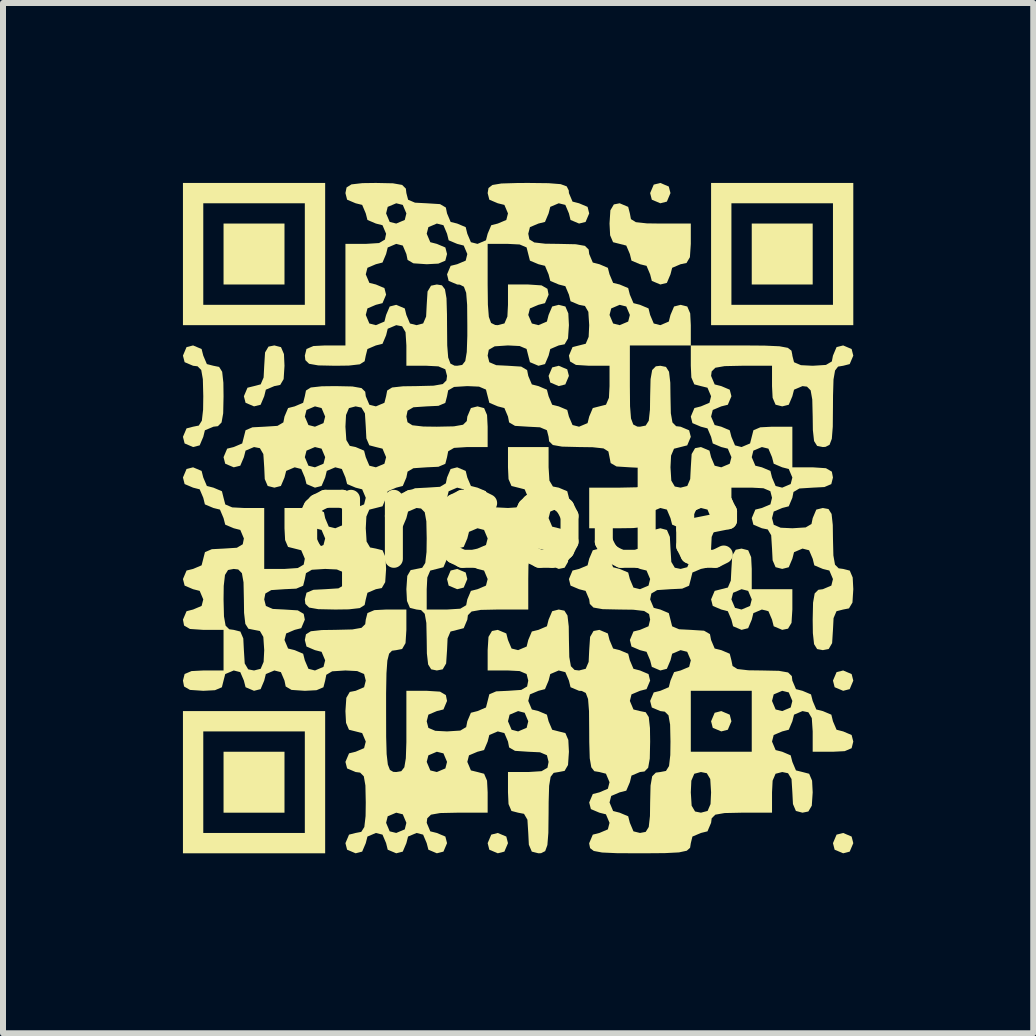
<source format=kicad_pcb>
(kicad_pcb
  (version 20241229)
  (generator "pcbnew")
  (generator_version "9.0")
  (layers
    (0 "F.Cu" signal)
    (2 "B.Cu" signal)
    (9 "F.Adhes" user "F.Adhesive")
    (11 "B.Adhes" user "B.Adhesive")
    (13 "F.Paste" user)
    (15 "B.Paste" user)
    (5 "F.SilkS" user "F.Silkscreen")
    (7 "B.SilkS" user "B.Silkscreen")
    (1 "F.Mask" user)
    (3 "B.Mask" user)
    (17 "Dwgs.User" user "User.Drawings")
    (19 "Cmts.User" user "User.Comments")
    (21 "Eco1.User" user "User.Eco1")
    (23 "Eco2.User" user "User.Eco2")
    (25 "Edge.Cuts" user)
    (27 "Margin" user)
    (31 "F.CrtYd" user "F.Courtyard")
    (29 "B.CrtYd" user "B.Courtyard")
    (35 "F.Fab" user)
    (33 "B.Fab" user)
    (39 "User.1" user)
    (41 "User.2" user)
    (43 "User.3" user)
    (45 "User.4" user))
  (footprint "qrcode"
    (layer "F.Cu")
    (at 5.588 5.588)
    (property "Reference" "qrcode" (at 0 0 0) (layer "F.SilkS") (effects (font (size 1.5 1.5) (thickness 0.3))))
    (attr board_only exclude_from_pos_files exclude_from_bom)
    (fp_poly (pts (xy -3.895 -4.403) (xy -3.895 -3.895) (xy -4.403 -3.895) (xy -4.911 -3.895) (xy -4.911 -4.403) (xy -4.911 -4.911) (xy -4.403 -4.911) (xy -3.895 -4.911)) (stroke (width 0) (type solid)) (fill yes) (layer "F.SilkS"))
    (fp_poly (pts (xy -3.895 4.403) (xy -3.895 4.911) (xy -4.403 4.911) (xy -4.911 4.911) (xy -4.911 4.403) (xy -4.911 3.895) (xy -4.403 3.895) (xy -3.895 3.895)) (stroke (width 0) (type solid)) (fill yes) (layer "F.SilkS"))
    (fp_poly (pts (xy -0.874 0.907) (xy -0.847 1.016) (xy -0.907 1.158) (xy -1.016 1.185) (xy -1.158 1.125) (xy -1.185 1.016) (xy -1.125 0.874) (xy -1.016 0.847)) (stroke (width 0) (type solid)) (fill yes) (layer "F.SilkS"))
    (fp_poly (pts (xy -0.197 5.309) (xy -0.169 5.419) (xy -0.229 5.56) (xy -0.339 5.588) (xy -0.48 5.528) (xy -0.508 5.419) (xy -0.448 5.277) (xy -0.339 5.249)) (stroke (width 0) (type solid)) (fill yes) (layer "F.SilkS"))
    (fp_poly (pts (xy 0.819 -2.48) (xy 0.847 -2.371) (xy 0.787 -2.229) (xy 0.677 -2.201) (xy 0.536 -2.261) (xy 0.508 -2.371) (xy 0.568 -2.512) (xy 0.677 -2.54)) (stroke (width 0) (type solid)) (fill yes) (layer "F.SilkS"))
    (fp_poly (pts (xy 2.512 -5.528) (xy 2.54 -5.419) (xy 2.48 -5.277) (xy 2.371 -5.249) (xy 2.229 -5.309) (xy 2.201 -5.419) (xy 2.261 -5.56) (xy 2.371 -5.588)) (stroke (width 0) (type solid)) (fill yes) (layer "F.SilkS"))
    (fp_poly (pts (xy 3.528 3.277) (xy 3.556 3.387) (xy 3.496 3.528) (xy 3.387 3.556) (xy 3.245 3.496) (xy 3.217 3.387) (xy 3.277 3.245) (xy 3.387 3.217)) (stroke (width 0) (type solid)) (fill yes) (layer "F.SilkS"))
    (fp_poly (pts (xy 4.911 -4.403) (xy 4.911 -3.895) (xy 4.403 -3.895) (xy 3.895 -3.895) (xy 3.895 -4.403) (xy 3.895 -4.911) (xy 4.403 -4.911) (xy 4.911 -4.911)) (stroke (width 0) (type solid)) (fill yes) (layer "F.SilkS"))
    (fp_poly (pts (xy 5.56 2.6) (xy 5.588 2.709) (xy 5.528 2.851) (xy 5.419 2.879) (xy 5.277 2.819) (xy 5.249 2.709) (xy 5.309 2.568) (xy 5.419 2.54)) (stroke (width 0) (type solid)) (fill yes) (layer "F.SilkS"))
    (fp_poly (pts (xy 5.56 5.309) (xy 5.588 5.419) (xy 5.528 5.56) (xy 5.419 5.588) (xy 5.277 5.528) (xy 5.249 5.419) (xy 5.309 5.277) (xy 5.419 5.249)) (stroke (width 0) (type solid)) (fill yes) (layer "F.SilkS"))
    (fp_poly (pts (xy -3.217 -4.403) (xy -3.217 -3.217) (xy -4.403 -3.217) (xy -5.588 -3.217) (xy -5.588 -4.403) (xy -5.249 -4.403) (xy -5.249 -3.556) (xy -4.403 -3.556) (xy -3.556 -3.556) (xy -3.556 -4.403) (xy -3.556 -5.249) (xy -4.403 -5.249) (xy -5.249 -5.249) (xy -5.249 -4.403) (xy -5.588 -4.403) (xy -5.588 -5.588) (xy -4.403 -5.588) (xy -3.217 -5.588)) (stroke (width 0) (type solid)) (fill yes) (layer "F.SilkS"))
    (fp_poly (pts (xy -3.217 4.403) (xy -3.217 5.588) (xy -4.403 5.588) (xy -5.588 5.588) (xy -5.588 4.403) (xy -5.249 4.403) (xy -5.249 5.249) (xy -4.403 5.249) (xy -3.556 5.249) (xy -3.556 4.403) (xy -3.556 3.556) (xy -4.403 3.556) (xy -5.249 3.556) (xy -5.249 4.403) (xy -5.588 4.403) (xy -5.588 3.217) (xy -4.403 3.217) (xy -3.217 3.217)) (stroke (width 0) (type solid)) (fill yes) (layer "F.SilkS"))
    (fp_poly (pts (xy 5.588 -4.403) (xy 5.588 -3.217) (xy 4.403 -3.217) (xy 3.217 -3.217) (xy 3.217 -4.403) (xy 3.556 -4.403) (xy 3.556 -3.556) (xy 4.403 -3.556) (xy 5.249 -3.556) (xy 5.249 -4.403) (xy 5.249 -5.249) (xy 4.403 -5.249) (xy 3.556 -5.249) (xy 3.556 -4.403) (xy 3.217 -4.403) (xy 3.217 -5.588) (xy 4.403 -5.588) (xy 5.588 -5.588)) (stroke (width 0) (type solid)) (fill yes) (layer "F.SilkS"))
    (fp_poly (pts (xy -3.953 -2.85) (xy -3.904 -2.735) (xy -3.895 -2.54) (xy -3.909 -2.318) (xy -3.966 -2.221) (xy -4.064 -2.201) (xy -4.206 -2.141) (xy -4.233 -2.032) (xy -4.293 -1.89) (xy -4.403 -1.863) (xy -4.544 -1.923) (xy -4.572 -2.032) (xy -4.512 -2.174) (xy -4.403 -2.201) (xy -4.292 -2.23) (xy -4.243 -2.345) (xy -4.233 -2.54) (xy -4.219 -2.762) (xy -4.162 -2.859) (xy -4.064 -2.879)) (stroke (width 0) (type solid)) (fill yes) (layer "F.SilkS"))
    (fp_poly (pts (xy 1.835 -5.189) (xy 1.863 -5.08) (xy 1.881 -4.985) (xy 1.963 -4.934) (xy 2.146 -4.914) (xy 2.371 -4.911) (xy 2.879 -4.911) (xy 2.879 -4.572) (xy 2.864 -4.35) (xy 2.807 -4.253) (xy 2.709 -4.233) (xy 2.568 -4.173) (xy 2.54 -4.064) (xy 2.48 -3.922) (xy 2.371 -3.895) (xy 2.229 -3.955) (xy 2.201 -4.064) (xy 2.141 -4.206) (xy 2.032 -4.233) (xy 1.89 -4.293) (xy 1.863 -4.403) (xy 1.803 -4.544) (xy 1.693 -4.572) (xy 1.583 -4.6) (xy 1.534 -4.715) (xy 1.524 -4.911) (xy 1.538 -5.132) (xy 1.596 -5.23) (xy 1.693 -5.249)) (stroke (width 0) (type solid)) (fill yes) (layer "F.SilkS"))
    (fp_poly (pts (xy -5.277 -2.819) (xy -5.249 -2.709) (xy -5.189 -2.568) (xy -5.08 -2.54) (xy -4.985 -2.521) (xy -4.934 -2.44) (xy -4.914 -2.257) (xy -4.911 -2.032) (xy -4.917 -1.748) (xy -4.944 -1.595) (xy -5.005 -1.533) (xy -5.08 -1.524) (xy -5.222 -1.464) (xy -5.249 -1.355) (xy -5.309 -1.213) (xy -5.419 -1.185) (xy -5.56 -1.245) (xy -5.588 -1.355) (xy -5.528 -1.496) (xy -5.419 -1.524) (xy -5.324 -1.543) (xy -5.273 -1.624) (xy -5.252 -1.807) (xy -5.249 -2.032) (xy -5.256 -2.316) (xy -5.283 -2.469) (xy -5.344 -2.531) (xy -5.419 -2.54) (xy -5.56 -2.6) (xy -5.588 -2.709) (xy -5.528 -2.851) (xy -5.419 -2.879)) (stroke (width 0) (type solid)) (fill yes) (layer "F.SilkS"))
    (fp_poly (pts (xy 3.836 0.536) (xy 3.885 0.651) (xy 3.895 0.847) (xy 3.895 1.185) (xy 4.233 1.185) (xy 4.572 1.185) (xy 4.572 1.524) (xy 4.558 1.746) (xy 4.5 1.843) (xy 4.403 1.863) (xy 4.261 1.803) (xy 4.233 1.693) (xy 4.173 1.552) (xy 4.064 1.524) (xy 3.922 1.584) (xy 3.895 1.693) (xy 3.835 1.835) (xy 3.725 1.863) (xy 3.584 1.803) (xy 3.556 1.693) (xy 3.496 1.552) (xy 3.387 1.524) (xy 3.245 1.464) (xy 3.217 1.355) (xy 3.556 1.355) (xy 3.616 1.496) (xy 3.725 1.524) (xy 3.867 1.464) (xy 3.895 1.355) (xy 3.835 1.213) (xy 3.725 1.185) (xy 3.584 1.245) (xy 3.556 1.355) (xy 3.217 1.355) (xy 3.277 1.213) (xy 3.387 1.185) (xy 3.497 1.157) (xy 3.546 1.042) (xy 3.556 0.847) (xy 3.57 0.625) (xy 3.628 0.527) (xy 3.725 0.508)) (stroke (width 0) (type solid)) (fill yes) (layer "F.SilkS"))
    (fp_poly (pts (xy 0.508 -0.847) (xy 0.522 -0.625) (xy 0.58 -0.527) (xy 0.677 -0.508) (xy 0.819 -0.448) (xy 0.847 -0.339) (xy 0.787 -0.197) (xy 0.677 -0.169) (xy 0.536 -0.109) (xy 0.508 0) (xy 0.568 0.142) (xy 0.677 0.169) (xy 0.788 0.198) (xy 0.837 0.313) (xy 0.847 0.508) (xy 0.832 0.73) (xy 0.775 0.827) (xy 0.677 0.847) (xy 0.536 0.787) (xy 0.508 0.677) (xy 0.448 0.536) (xy 0.339 0.508) (xy 0.244 0.527) (xy 0.193 0.608) (xy 0.172 0.791) (xy 0.169 1.016) (xy 0.169 1.524) (xy -0.339 1.524) (xy -0.622 1.53) (xy -0.776 1.557) (xy -0.837 1.618) (xy -0.847 1.693) (xy -0.907 1.835) (xy -1.016 1.863) (xy -1.127 1.891) (xy -1.176 2.006) (xy -1.185 2.201) (xy -1.2 2.423) (xy -1.257 2.521) (xy -1.355 2.54) (xy -1.449 2.521) (xy -1.5 2.44) (xy -1.521 2.257) (xy -1.524 2.032) (xy -1.53 1.748) (xy -1.557 1.595) (xy -1.618 1.533) (xy -1.693 1.524) (xy -1.804 1.496) (xy -1.853 1.381) (xy -1.863 1.185) (xy -1.524 1.185) (xy -1.524 1.524) (xy -1.185 1.524) (xy -0.964 1.51) (xy -0.866 1.452) (xy -0.847 1.355) (xy -0.787 1.213) (xy -0.677 1.185) (xy -0.536 1.125) (xy -0.508 1.016) (xy -0.568 0.874) (xy -0.677 0.847) (xy -0.819 0.787) (xy -0.847 0.677) (xy -0.787 0.536) (xy -0.677 0.508) (xy -0.536 0.448) (xy -0.508 0.339) (xy -0.568 0.197) (xy -0.677 0.169) (xy -0.819 0.229) (xy -0.847 0.339) (xy -0.907 0.48) (xy -1.016 0.508) (xy -1.158 0.568) (xy -1.185 0.677) (xy -1.245 0.819) (xy -1.355 0.847) (xy -1.465 0.875) (xy -1.514 0.99) (xy -1.524 1.185) (xy -1.863 1.185) (xy -1.848 0.964) (xy -1.791 0.866) (xy -1.693 0.847) (xy -1.599 0.828) (xy -1.548 0.747) (xy -1.527 0.564) (xy -1.524 0.339) (xy -1.53 0.055) (xy -1.557 -0.098) (xy -1.618 -0.16) (xy -1.693 -0.169) (xy -1.835 -0.109) (xy -1.863 0) (xy -1.923 0.142) (xy -2.032 0.169) (xy -2.174 0.109) (xy -2.201 0) (xy -2.141 -0.142) (xy -2.032 -0.169) (xy -1.89 -0.229) (xy -1.863 -0.339) (xy -1.185 -0.339) (xy -1.125 -0.197) (xy -1.016 -0.169) (xy -0.874 -0.229) (xy -0.847 -0.339) (xy -0.907 -0.48) (xy -1.016 -0.508) (xy -1.158 -0.448) (xy -1.185 -0.339) (xy -1.863 -0.339) (xy -1.834 -0.449) (xy -1.719 -0.498) (xy -1.524 -0.508) (xy -1.302 -0.522) (xy -1.205 -0.58) (xy -1.185 -0.677) (xy -1.125 -0.819) (xy -1.016 -0.847) (xy -0.874 -0.787) (xy -0.847 -0.677) (xy -0.787 -0.536) (xy -0.677 -0.508) (xy -0.536 -0.448) (xy -0.508 -0.339) (xy -0.48 -0.228) (xy -0.365 -0.179) (xy -0.169 -0.169) (xy 0.052 -0.184) (xy 0.15 -0.241) (xy 0.169 -0.339) (xy 0.109 -0.48) (xy 0 -0.508) (xy -0.111 -0.536) (xy -0.16 -0.651) (xy -0.169 -0.847) (xy -0.169 -1.185) (xy 0.169 -1.185) (xy 0.508 -1.185)) (stroke (width 0) (type solid)) (fill yes) (layer "F.SilkS"))
    (fp_poly (pts (xy 0.507 -5.584) (xy 0.709 -5.568) (xy 0.81 -5.531) (xy 0.844 -5.463) (xy 0.847 -5.419) (xy 0.907 -5.277) (xy 1.016 -5.249) (xy 1.158 -5.189) (xy 1.185 -5.08) (xy 1.125 -4.938) (xy 1.016 -4.911) (xy 0.874 -4.971) (xy 0.847 -5.08) (xy 0.787 -5.222) (xy 0.677 -5.249) (xy 0.536 -5.189) (xy 0.508 -5.08) (xy 0.448 -4.938) (xy 0.339 -4.911) (xy 0.197 -4.851) (xy 0.169 -4.741) (xy 0.188 -4.647) (xy 0.269 -4.596) (xy 0.452 -4.575) (xy 0.677 -4.572) (xy 0.961 -4.566) (xy 1.114 -4.539) (xy 1.176 -4.478) (xy 1.185 -4.403) (xy 1.245 -4.261) (xy 1.355 -4.233) (xy 1.496 -4.173) (xy 1.524 -4.064) (xy 1.584 -3.922) (xy 1.693 -3.895) (xy 1.835 -3.835) (xy 1.863 -3.725) (xy 1.923 -3.584) (xy 2.032 -3.556) (xy 2.174 -3.496) (xy 2.201 -3.387) (xy 2.261 -3.245) (xy 2.371 -3.217) (xy 2.512 -3.277) (xy 2.54 -3.387) (xy 2.6 -3.528) (xy 2.709 -3.556) (xy 2.82 -3.528) (xy 2.869 -3.413) (xy 2.879 -3.217) (xy 2.879 -2.879) (xy 2.371 -2.879) (xy 1.863 -2.879) (xy 1.863 -2.201) (xy 1.866 -1.864) (xy 1.882 -1.662) (xy 1.92 -1.56) (xy 1.987 -1.526) (xy 2.032 -1.524) (xy 2.127 -1.543) (xy 2.178 -1.624) (xy 2.198 -1.807) (xy 2.201 -2.032) (xy 2.208 -2.316) (xy 2.235 -2.469) (xy 2.296 -2.531) (xy 2.371 -2.54) (xy 2.465 -2.521) (xy 2.516 -2.44) (xy 2.537 -2.257) (xy 2.54 -2.032) (xy 2.546 -1.748) (xy 2.573 -1.595) (xy 2.634 -1.533) (xy 2.709 -1.524) (xy 2.851 -1.464) (xy 2.879 -1.355) (xy 2.819 -1.213) (xy 2.709 -1.185) (xy 2.599 -1.157) (xy 2.55 -1.042) (xy 2.54 -0.847) (xy 2.554 -0.625) (xy 2.612 -0.527) (xy 2.709 -0.508) (xy 2.82 -0.536) (xy 2.869 -0.651) (xy 2.879 -0.847) (xy 2.893 -1.068) (xy 2.95 -1.166) (xy 3.048 -1.185) (xy 3.19 -1.125) (xy 3.217 -1.016) (xy 3.277 -0.874) (xy 3.387 -0.847) (xy 3.528 -0.907) (xy 3.556 -1.016) (xy 3.895 -1.016) (xy 3.955 -0.874) (xy 4.064 -0.847) (xy 4.206 -0.787) (xy 4.233 -0.677) (xy 4.293 -0.536) (xy 4.403 -0.508) (xy 4.544 -0.568) (xy 4.572 -0.677) (xy 4.512 -0.819) (xy 4.403 -0.847) (xy 4.261 -0.907) (xy 4.233 -1.016) (xy 4.173 -1.158) (xy 4.064 -1.185) (xy 3.922 -1.125) (xy 3.895 -1.016) (xy 3.556 -1.016) (xy 3.496 -1.158) (xy 3.387 -1.185) (xy 3.245 -1.245) (xy 3.217 -1.355) (xy 3.157 -1.496) (xy 3.048 -1.524) (xy 2.906 -1.584) (xy 2.879 -1.693) (xy 2.939 -1.835) (xy 3.048 -1.863) (xy 3.19 -1.923) (xy 3.217 -2.032) (xy 3.157 -2.174) (xy 3.048 -2.201) (xy 2.937 -2.23) (xy 2.888 -2.345) (xy 2.879 -2.54) (xy 2.879 -2.879) (xy 3.725 -2.879) (xy 4.111 -2.876) (xy 4.357 -2.865) (xy 4.496 -2.839) (xy 4.557 -2.792) (xy 4.572 -2.718) (xy 4.572 -2.709) (xy 4.6 -2.599) (xy 4.715 -2.55) (xy 4.911 -2.54) (xy 5.132 -2.554) (xy 5.23 -2.612) (xy 5.249 -2.709) (xy 5.309 -2.851) (xy 5.419 -2.879) (xy 5.56 -2.819) (xy 5.588 -2.709) (xy 5.528 -2.568) (xy 5.419 -2.54) (xy 5.334 -2.526) (xy 5.284 -2.461) (xy 5.258 -2.311) (xy 5.25 -2.041) (xy 5.249 -1.863) (xy 5.246 -1.525) (xy 5.23 -1.323) (xy 5.192 -1.222) (xy 5.125 -1.188) (xy 5.08 -1.185) (xy 4.985 -1.204) (xy 4.934 -1.285) (xy 4.914 -1.468) (xy 4.911 -1.693) (xy 4.904 -1.977) (xy 4.877 -2.13) (xy 4.816 -2.192) (xy 4.741 -2.201) (xy 4.6 -2.141) (xy 4.572 -2.032) (xy 4.512 -1.89) (xy 4.403 -1.863) (xy 4.292 -1.891) (xy 4.243 -2.006) (xy 4.233 -2.201) (xy 4.233 -2.54) (xy 3.725 -2.54) (xy 3.442 -2.534) (xy 3.288 -2.507) (xy 3.227 -2.446) (xy 3.217 -2.371) (xy 3.277 -2.229) (xy 3.387 -2.201) (xy 3.528 -2.141) (xy 3.556 -2.032) (xy 3.496 -1.89) (xy 3.387 -1.863) (xy 3.245 -1.803) (xy 3.217 -1.693) (xy 3.277 -1.552) (xy 3.387 -1.524) (xy 3.528 -1.464) (xy 3.556 -1.355) (xy 3.616 -1.213) (xy 3.725 -1.185) (xy 3.867 -1.245) (xy 3.895 -1.355) (xy 3.923 -1.465) (xy 4.038 -1.514) (xy 4.233 -1.524) (xy 4.572 -1.524) (xy 4.572 -1.185) (xy 4.572 -0.847) (xy 4.911 -0.847) (xy 5.132 -0.832) (xy 5.23 -0.775) (xy 5.249 -0.677) (xy 5.221 -0.567) (xy 5.106 -0.518) (xy 4.911 -0.508) (xy 4.689 -0.494) (xy 4.591 -0.436) (xy 4.572 -0.339) (xy 4.512 -0.197) (xy 4.403 -0.169) (xy 4.261 -0.109) (xy 4.233 0) (xy 4.262 0.111) (xy 4.377 0.16) (xy 4.572 0.169) (xy 4.794 0.155) (xy 4.891 0.098) (xy 4.911 0) (xy 4.971 -0.142) (xy 5.08 -0.169) (xy 5.175 -0.151) (xy 5.226 -0.069) (xy 5.246 0.114) (xy 5.249 0.339) (xy 5.256 0.622) (xy 5.283 0.776) (xy 5.344 0.837) (xy 5.419 0.847) (xy 5.529 0.875) (xy 5.578 0.99) (xy 5.588 1.185) (xy 5.574 1.407) (xy 5.516 1.505) (xy 5.419 1.524) (xy 5.308 1.552) (xy 5.259 1.667) (xy 5.249 1.863) (xy 5.235 2.084) (xy 5.178 2.182) (xy 5.08 2.201) (xy 4.985 2.183) (xy 4.934 2.101) (xy 4.914 1.918) (xy 4.911 1.693) (xy 4.917 1.41) (xy 4.944 1.256) (xy 5.005 1.195) (xy 5.08 1.185) (xy 5.222 1.125) (xy 5.249 1.016) (xy 5.189 0.874) (xy 5.08 0.847) (xy 4.938 0.787) (xy 4.911 0.677) (xy 4.851 0.536) (xy 4.741 0.508) (xy 4.6 0.568) (xy 4.572 0.677) (xy 4.512 0.819) (xy 4.403 0.847) (xy 4.292 0.818) (xy 4.243 0.703) (xy 4.233 0.508) (xy 4.219 0.286) (xy 4.162 0.189) (xy 4.064 0.169) (xy 3.922 0.109) (xy 3.895 0) (xy 3.955 -0.142) (xy 4.064 -0.169) (xy 4.206 -0.229) (xy 4.233 -0.339) (xy 4.205 -0.449) (xy 4.09 -0.498) (xy 3.895 -0.508) (xy 3.556 -0.508) (xy 3.556 -0.169) (xy 3.542 0.052) (xy 3.484 0.15) (xy 3.387 0.169) (xy 3.276 0.198) (xy 3.227 0.313) (xy 3.217 0.508) (xy 3.203 0.73) (xy 3.146 0.827) (xy 3.048 0.847) (xy 2.906 0.907) (xy 2.879 1.016) (xy 2.85 1.127) (xy 2.735 1.176) (xy 2.54 1.185) (xy 2.318 1.2) (xy 2.221 1.257) (xy 2.201 1.355) (xy 2.261 1.496) (xy 2.371 1.524) (xy 2.512 1.584) (xy 2.54 1.693) (xy 2.568 1.804) (xy 2.683 1.853) (xy 2.879 1.863) (xy 3.1 1.877) (xy 3.198 1.934) (xy 3.217 2.032) (xy 3.277 2.174) (xy 3.387 2.201) (xy 3.528 2.261) (xy 3.556 2.371) (xy 3.575 2.465) (xy 3.656 2.516) (xy 3.839 2.537) (xy 4.064 2.54) (xy 4.348 2.546) (xy 4.501 2.573) (xy 4.563 2.634) (xy 4.572 2.709) (xy 4.632 2.851) (xy 4.741 2.879) (xy 4.883 2.939) (xy 4.911 3.048) (xy 4.971 3.19) (xy 5.08 3.217) (xy 5.222 3.277) (xy 5.249 3.387) (xy 5.309 3.528) (xy 5.419 3.556) (xy 5.56 3.616) (xy 5.588 3.725) (xy 5.56 3.836) (xy 5.445 3.885) (xy 5.249 3.895) (xy 4.911 3.895) (xy 4.911 3.556) (xy 4.896 3.334) (xy 4.839 3.237) (xy 4.741 3.217) (xy 4.6 3.277) (xy 4.572 3.387) (xy 4.512 3.528) (xy 4.403 3.556) (xy 4.261 3.616) (xy 4.233 3.725) (xy 4.293 3.867) (xy 4.403 3.895) (xy 4.544 3.955) (xy 4.572 4.064) (xy 4.632 4.206) (xy 4.741 4.233) (xy 4.852 4.262) (xy 4.901 4.377) (xy 4.911 4.572) (xy 4.896 4.794) (xy 4.839 4.891) (xy 4.741 4.911) (xy 4.631 4.882) (xy 4.582 4.767) (xy 4.572 4.572) (xy 4.558 4.35) (xy 4.5 4.253) (xy 4.403 4.233) (xy 4.292 4.262) (xy 4.243 4.377) (xy 4.233 4.572) (xy 4.233 4.911) (xy 3.725 4.911) (xy 3.442 4.917) (xy 3.288 4.944) (xy 3.227 5.005) (xy 3.217 5.08) (xy 3.157 5.222) (xy 3.048 5.249) (xy 2.906 5.309) (xy 2.879 5.419) (xy 2.867 5.496) (xy 2.812 5.545) (xy 2.682 5.573) (xy 2.448 5.585) (xy 2.077 5.588) (xy 2.032 5.588) (xy 1.647 5.586) (xy 1.4 5.575) (xy 1.261 5.549) (xy 1.2 5.502) (xy 1.185 5.428) (xy 1.185 5.419) (xy 1.245 5.277) (xy 1.355 5.249) (xy 1.496 5.189) (xy 1.524 5.08) (xy 1.464 4.938) (xy 1.355 4.911) (xy 1.213 4.851) (xy 1.185 4.741) (xy 1.245 4.6) (xy 1.355 4.572) (xy 1.496 4.512) (xy 1.524 4.403) (xy 1.464 4.261) (xy 1.355 4.233) (xy 1.27 4.219) (xy 1.22 4.154) (xy 1.194 4.004) (xy 1.186 3.735) (xy 1.185 3.556) (xy 1.182 3.219) (xy 1.166 3.016) (xy 1.128 2.915) (xy 1.061 2.881) (xy 1.016 2.879) (xy 0.874 2.819) (xy 0.847 2.709) (xy 0.787 2.568) (xy 0.677 2.54) (xy 0.536 2.6) (xy 0.508 2.709) (xy 0.448 2.851) (xy 0.339 2.879) (xy 0.197 2.939) (xy 0.169 3.048) (xy 0.229 3.19) (xy 0.339 3.217) (xy 0.48 3.277) (xy 0.508 3.387) (xy 0.568 3.528) (xy 0.677 3.556) (xy 0.788 3.584) (xy 0.837 3.699) (xy 0.847 3.895) (xy 0.832 4.116) (xy 0.775 4.214) (xy 0.677 4.233) (xy 0.593 4.247) (xy 0.542 4.313) (xy 0.517 4.463) (xy 0.509 4.732) (xy 0.508 4.911) (xy 0.504 5.248) (xy 0.488 5.45) (xy 0.451 5.552) (xy 0.383 5.586) (xy 0.339 5.588) (xy 0.228 5.56) (xy 0.179 5.445) (xy 0.169 5.249) (xy 0.155 5.028) (xy 0.098 4.93) (xy 0 4.911) (xy -0.111 4.882) (xy -0.16 4.767) (xy -0.169 4.572) (xy -0.169 4.233) (xy 0.169 4.233) (xy 0.391 4.219) (xy 0.489 4.162) (xy 0.508 4.064) (xy 0.48 3.953) (xy 0.365 3.904) (xy 0.169 3.895) (xy -0.052 3.88) (xy -0.15 3.823) (xy -0.169 3.725) (xy -0.229 3.584) (xy -0.339 3.556) (xy -0.48 3.616) (xy -0.508 3.725) (xy -0.568 3.867) (xy -0.677 3.895) (xy -0.819 3.955) (xy -0.847 4.064) (xy -0.787 4.206) (xy -0.677 4.233) (xy -0.567 4.262) (xy -0.518 4.377) (xy -0.508 4.572) (xy -0.508 4.911) (xy -1.016 4.911) (xy -1.3 4.917) (xy -1.453 4.944) (xy -1.515 5.005) (xy -1.524 5.08) (xy -1.464 5.222) (xy -1.355 5.249) (xy -1.213 5.309) (xy -1.185 5.419) (xy -1.245 5.56) (xy -1.355 5.588) (xy -1.496 5.528) (xy -1.524 5.419) (xy -1.584 5.277) (xy -1.693 5.249) (xy -1.835 5.309) (xy -1.863 5.419) (xy -1.923 5.56) (xy -2.032 5.588) (xy -2.174 5.528) (xy -2.201 5.419) (xy -2.261 5.277) (xy -2.371 5.249) (xy -2.512 5.309) (xy -2.54 5.419) (xy -2.6 5.56) (xy -2.709 5.588) (xy -2.851 5.528) (xy -2.879 5.419) (xy -2.819 5.277) (xy -2.709 5.249) (xy -2.615 5.231) (xy -2.564 5.149) (xy -2.556 5.08) (xy -2.201 5.08) (xy -2.141 5.222) (xy -2.032 5.249) (xy -1.89 5.189) (xy -1.863 5.08) (xy -1.923 4.938) (xy -2.032 4.911) (xy -2.174 4.971) (xy -2.201 5.08) (xy -2.556 5.08) (xy -2.543 4.966) (xy -2.54 4.741) (xy -2.546 4.458) (xy -2.573 4.304) (xy -2.634 4.243) (xy -2.709 4.233) (xy -2.851 4.173) (xy -2.879 4.064) (xy -2.819 3.922) (xy -2.709 3.895) (xy -2.568 3.835) (xy -2.54 3.725) (xy -2.6 3.584) (xy -2.709 3.556) (xy -2.82 3.528) (xy -2.869 3.413) (xy -2.879 3.217) (xy -2.864 2.996) (xy -2.807 2.898) (xy -2.709 2.879) (xy -2.568 2.819) (xy -2.54 2.709) (xy -2.568 2.599) (xy -2.683 2.55) (xy -2.879 2.54) (xy -3.1 2.554) (xy -3.198 2.612) (xy -3.217 2.709) (xy -3.246 2.82) (xy -3.361 2.869) (xy -3.556 2.879) (xy -3.778 2.864) (xy -3.875 2.807) (xy -3.895 2.709) (xy -3.955 2.568) (xy -4.064 2.54) (xy -4.206 2.6) (xy -4.233 2.709) (xy -4.293 2.851) (xy -4.403 2.879) (xy -4.544 2.819) (xy -4.572 2.709) (xy -4.632 2.568) (xy -4.741 2.54) (xy -4.883 2.6) (xy -4.911 2.709) (xy -4.939 2.82) (xy -5.054 2.869) (xy -5.249 2.879) (xy -5.471 2.864) (xy -5.569 2.807) (xy -5.588 2.709) (xy -5.56 2.599) (xy -5.445 2.55) (xy -5.249 2.54) (xy -4.911 2.54) (xy -4.911 2.201) (xy -4.911 1.863) (xy -5.249 1.863) (xy -5.471 1.848) (xy -5.569 1.791) (xy -5.588 1.693) (xy -5.528 1.552) (xy -5.419 1.524) (xy -5.277 1.464) (xy -5.249 1.355) (xy -4.911 1.355) (xy -4.904 1.638) (xy -4.877 1.792) (xy -4.816 1.853) (xy -4.741 1.863) (xy -4.631 1.891) (xy -4.582 2.006) (xy -4.572 2.201) (xy -4.558 2.423) (xy -4.5 2.521) (xy -4.403 2.54) (xy -4.292 2.512) (xy -4.243 2.397) (xy -4.233 2.201) (xy -4.248 1.98) (xy -4.305 1.882) (xy -4.403 1.863) (xy -4.497 1.844) (xy -4.548 1.763) (xy -4.569 1.58) (xy -4.572 1.355) (xy -4.233 1.355) (xy -4.205 1.465) (xy -4.09 1.514) (xy -3.895 1.524) (xy -3.673 1.538) (xy -3.575 1.596) (xy -3.556 1.693) (xy -3.616 1.835) (xy -3.725 1.863) (xy -3.867 1.923) (xy -3.895 2.032) (xy -3.835 2.174) (xy -3.725 2.201) (xy -3.584 2.261) (xy -3.556 2.371) (xy -3.496 2.512) (xy -3.387 2.54) (xy -3.245 2.48) (xy -3.217 2.371) (xy -3.277 2.229) (xy -3.387 2.201) (xy -3.528 2.141) (xy -3.556 2.032) (xy -3.537 1.937) (xy -3.456 1.886) (xy -3.273 1.866) (xy -3.048 1.863) (xy -2.764 1.856) (xy -2.611 1.829) (xy -2.549 1.768) (xy -2.54 1.693) (xy -2.512 1.583) (xy -2.397 1.534) (xy -2.201 1.524) (xy -1.863 1.524) (xy -1.863 1.863) (xy -1.877 2.084) (xy -1.934 2.182) (xy -2.032 2.201) (xy -2.103 2.211) (xy -2.151 2.26) (xy -2.18 2.375) (xy -2.195 2.585) (xy -2.201 2.918) (xy -2.201 3.217) (xy -2.2 3.646) (xy -2.192 3.934) (xy -2.172 4.108) (xy -2.137 4.198) (xy -2.082 4.23) (xy -2.032 4.233) (xy -1.948 4.219) (xy -1.897 4.154) (xy -1.882 4.064) (xy -1.524 4.064) (xy -1.464 4.206) (xy -1.355 4.233) (xy -1.213 4.173) (xy -1.185 4.064) (xy -1.245 3.922) (xy -1.355 3.895) (xy -1.496 3.955) (xy -1.524 4.064) (xy -1.882 4.064) (xy -1.872 4.004) (xy -1.863 3.735) (xy -1.863 3.556) (xy -1.863 2.879) (xy -1.524 2.879) (xy -1.302 2.893) (xy -1.205 2.95) (xy -1.185 3.048) (xy -1.245 3.19) (xy -1.355 3.217) (xy -1.496 3.277) (xy -1.524 3.387) (xy -1.496 3.497) (xy -1.381 3.546) (xy -1.185 3.556) (xy -0.964 3.542) (xy -0.866 3.484) (xy -0.847 3.387) (xy -0.169 3.387) (xy -0.109 3.528) (xy 0 3.556) (xy 0.142 3.496) (xy 0.169 3.387) (xy 0.109 3.245) (xy 0 3.217) (xy -0.142 3.277) (xy -0.169 3.387) (xy -0.847 3.387) (xy -0.787 3.245) (xy -0.677 3.217) (xy -0.536 3.157) (xy -0.508 3.048) (xy -0.48 2.937) (xy -0.365 2.888) (xy -0.169 2.879) (xy 0.052 2.864) (xy 0.15 2.807) (xy 0.169 2.709) (xy 0.141 2.599) (xy 0.026 2.55) (xy -0.169 2.54) (xy -0.508 2.54) (xy -0.508 2.201) (xy -0.494 1.98) (xy -0.436 1.882) (xy -0.339 1.863) (xy -0.197 1.923) (xy -0.169 2.032) (xy -0.109 2.174) (xy 0 2.201) (xy 0.142 2.141) (xy 0.169 2.032) (xy 0.229 1.89) (xy 0.339 1.863) (xy 0.48 1.803) (xy 0.508 1.693) (xy 0.568 1.552) (xy 0.677 1.524) (xy 0.772 1.543) (xy 0.823 1.624) (xy 0.844 1.807) (xy 0.847 2.032) (xy 0.853 2.316) (xy 0.88 2.469) (xy 0.941 2.531) (xy 1.016 2.54) (xy 1.127 2.512) (xy 1.176 2.397) (xy 1.185 2.201) (xy 1.2 1.98) (xy 1.257 1.882) (xy 1.355 1.863) (xy 1.496 1.923) (xy 1.524 2.032) (xy 1.584 2.174) (xy 1.693 2.201) (xy 1.835 2.261) (xy 1.863 2.371) (xy 1.923 2.512) (xy 2.032 2.54) (xy 2.174 2.6) (xy 2.201 2.709) (xy 2.141 2.851) (xy 2.032 2.879) (xy 1.89 2.939) (xy 1.863 3.048) (xy 1.923 3.19) (xy 2.032 3.217) (xy 2.127 3.236) (xy 2.178 3.317) (xy 2.198 3.5) (xy 2.201 3.725) (xy 2.195 4.009) (xy 2.168 4.162) (xy 2.107 4.224) (xy 2.032 4.233) (xy 1.89 4.293) (xy 1.863 4.403) (xy 1.803 4.544) (xy 1.693 4.572) (xy 1.552 4.632) (xy 1.524 4.741) (xy 1.584 4.883) (xy 1.693 4.911) (xy 1.835 4.971) (xy 1.863 5.08) (xy 1.923 5.222) (xy 2.032 5.249) (xy 2.127 5.231) (xy 2.178 5.149) (xy 2.198 4.966) (xy 2.201 4.741) (xy 2.205 4.572) (xy 2.879 4.572) (xy 2.893 4.794) (xy 2.95 4.891) (xy 3.048 4.911) (xy 3.159 4.882) (xy 3.208 4.767) (xy 3.217 4.572) (xy 3.203 4.35) (xy 3.146 4.253) (xy 3.048 4.233) (xy 2.937 4.262) (xy 2.888 4.377) (xy 2.879 4.572) (xy 2.205 4.572) (xy 2.208 4.458) (xy 2.235 4.304) (xy 2.296 4.243) (xy 2.371 4.233) (xy 2.465 4.215) (xy 2.516 4.133) (xy 2.537 3.95) (xy 2.54 3.725) (xy 2.534 3.442) (xy 2.524 3.387) (xy 2.879 3.387) (xy 2.879 3.895) (xy 3.387 3.895) (xy 3.895 3.895) (xy 3.895 3.387) (xy 3.895 3.048) (xy 4.233 3.048) (xy 4.293 3.19) (xy 4.403 3.217) (xy 4.544 3.157) (xy 4.572 3.048) (xy 4.512 2.906) (xy 4.403 2.879) (xy 4.261 2.939) (xy 4.233 3.048) (xy 3.895 3.048) (xy 3.895 2.879) (xy 3.387 2.879) (xy 2.879 2.879) (xy 2.879 3.387) (xy 2.524 3.387) (xy 2.507 3.288) (xy 2.446 3.227) (xy 2.371 3.217) (xy 2.229 3.157) (xy 2.201 3.048) (xy 2.261 2.906) (xy 2.371 2.879) (xy 2.512 2.819) (xy 2.54 2.709) (xy 2.6 2.568) (xy 2.709 2.54) (xy 2.851 2.48) (xy 2.879 2.371) (xy 2.819 2.229) (xy 2.709 2.201) (xy 2.568 2.261) (xy 2.54 2.371) (xy 2.48 2.512) (xy 2.371 2.54) (xy 2.229 2.48) (xy 2.201 2.371) (xy 2.141 2.229) (xy 2.032 2.201) (xy 1.89 2.141) (xy 1.863 2.032) (xy 1.923 1.89) (xy 2.032 1.863) (xy 2.174 1.803) (xy 2.201 1.693) (xy 2.183 1.599) (xy 2.101 1.548) (xy 1.918 1.527) (xy 1.693 1.524) (xy 1.41 1.518) (xy 1.256 1.491) (xy 1.195 1.43) (xy 1.185 1.355) (xy 1.125 1.213) (xy 1.016 1.185) (xy 0.874 1.125) (xy 0.847 1.016) (xy 0.907 0.874) (xy 1.016 0.847) (xy 1.158 0.787) (xy 1.185 0.677) (xy 1.245 0.536) (xy 1.355 0.508) (xy 1.496 0.568) (xy 1.524 0.677) (xy 1.584 0.819) (xy 1.693 0.847) (xy 1.835 0.907) (xy 1.863 1.016) (xy 1.923 1.158) (xy 2.032 1.185) (xy 2.174 1.125) (xy 2.201 1.016) (xy 2.141 0.874) (xy 2.032 0.847) (xy 1.89 0.787) (xy 1.863 0.677) (xy 1.923 0.536) (xy 2.032 0.508) (xy 2.174 0.448) (xy 2.201 0.339) (xy 2.261 0.197) (xy 2.371 0.169) (xy 2.481 0.198) (xy 2.53 0.313) (xy 2.54 0.508) (xy 2.554 0.73) (xy 2.612 0.827) (xy 2.709 0.847) (xy 2.82 0.818) (xy 2.869 0.703) (xy 2.879 0.508) (xy 2.893 0.286) (xy 2.95 0.189) (xy 3.048 0.169) (xy 3.19 0.109) (xy 3.217 0) (xy 3.157 -0.142) (xy 3.048 -0.169) (xy 2.906 -0.109) (xy 2.879 0) (xy 2.819 0.142) (xy 2.709 0.169) (xy 2.568 0.109) (xy 2.54 0) (xy 2.48 -0.142) (xy 2.371 -0.169) (xy 2.229 -0.109) (xy 2.201 0) (xy 2.183 0.095) (xy 2.101 0.146) (xy 1.918 0.166) (xy 1.693 0.169) (xy 1.185 0.169) (xy 1.185 -0.169) (xy 1.185 -0.508) (xy 1.693 -0.508) (xy 1.977 -0.514) (xy 2.13 -0.541) (xy 2.192 -0.602) (xy 2.201 -0.677) (xy 2.173 -0.788) (xy 2.058 -0.837) (xy 1.863 -0.847) (xy 1.641 -0.861) (xy 1.543 -0.918) (xy 1.524 -1.016) (xy 1.505 -1.111) (xy 1.424 -1.162) (xy 1.241 -1.182) (xy 1.016 -1.185) (xy 0.732 -1.192) (xy 0.579 -1.219) (xy 0.517 -1.28) (xy 0.508 -1.355) (xy 0.48 -1.465) (xy 0.365 -1.514) (xy 0.169 -1.524) (xy -0.052 -1.538) (xy -0.15 -1.596) (xy -0.169 -1.693) (xy -0.229 -1.835) (xy -0.339 -1.863) (xy -0.48 -1.923) (xy -0.508 -2.032) (xy -0.536 -2.143) (xy -0.651 -2.192) (xy -0.847 -2.201) (xy -1.068 -2.187) (xy -1.166 -2.13) (xy -1.185 -2.032) (xy -1.214 -1.921) (xy -1.329 -1.872) (xy -1.524 -1.863) (xy -1.746 -1.848) (xy -1.843 -1.791) (xy -1.863 -1.693) (xy -1.844 -1.599) (xy -1.763 -1.548) (xy -1.58 -1.527) (xy -1.355 -1.524) (xy -1.071 -1.53) (xy -0.918 -1.557) (xy -0.856 -1.618) (xy -0.847 -1.693) (xy -0.787 -1.835) (xy -0.677 -1.863) (xy -0.567 -1.834) (xy -0.518 -1.719) (xy -0.508 -1.524) (xy -0.508 -1.185) (xy -0.847 -1.185) (xy -1.068 -1.171) (xy -1.166 -1.114) (xy -1.185 -1.016) (xy -1.214 -0.905) (xy -1.329 -0.856) (xy -1.524 -0.847) (xy -1.746 -0.832) (xy -1.843 -0.775) (xy -1.863 -0.677) (xy -1.923 -0.536) (xy -2.032 -0.508) (xy -2.174 -0.448) (xy -2.201 -0.339) (xy -2.261 -0.197) (xy -2.371 -0.169) (xy -2.481 -0.141) (xy -2.53 -0.026) (xy -2.54 0.169) (xy -2.526 0.391) (xy -2.468 0.489) (xy -2.371 0.508) (xy -2.26 0.536) (xy -2.211 0.651) (xy -2.201 0.847) (xy -2.216 1.068) (xy -2.273 1.166) (xy -2.371 1.185) (xy -2.512 1.245) (xy -2.54 1.355) (xy -2.559 1.449) (xy -2.64 1.5) (xy -2.823 1.521) (xy -3.048 1.524) (xy -3.332 1.518) (xy -3.485 1.491) (xy -3.547 1.43) (xy -3.556 1.355) (xy -3.528 1.244) (xy -3.413 1.195) (xy -3.217 1.185) (xy -2.996 1.171) (xy -2.898 1.114) (xy -2.879 1.016) (xy -2.907 0.905) (xy -3.022 0.856) (xy -3.217 0.847) (xy -3.439 0.861) (xy -3.537 0.918) (xy -3.556 1.016) (xy -3.584 1.127) (xy -3.699 1.176) (xy -3.895 1.185) (xy -4.116 1.2) (xy -4.214 1.257) (xy -4.233 1.355) (xy -4.572 1.355) (xy -4.578 1.071) (xy -4.605 0.918) (xy -4.666 0.856) (xy -4.741 0.847) (xy -4.836 0.865) (xy -4.887 0.947) (xy -4.908 1.13) (xy -4.911 1.355) (xy -5.249 1.355) (xy -5.309 1.213) (xy -5.419 1.185) (xy -5.56 1.125) (xy -5.588 1.016) (xy -5.528 0.874) (xy -5.419 0.847) (xy -5.277 0.787) (xy -5.249 0.677) (xy -5.221 0.567) (xy -5.106 0.518) (xy -4.911 0.508) (xy -4.689 0.494) (xy -4.591 0.436) (xy -4.572 0.339) (xy -4.632 0.197) (xy -4.741 0.169) (xy -4.883 0.109) (xy -4.911 0) (xy -4.971 -0.142) (xy -5.08 -0.169) (xy -5.222 -0.229) (xy -5.249 -0.339) (xy -5.309 -0.48) (xy -5.419 -0.508) (xy -5.56 -0.568) (xy -5.588 -0.677) (xy -5.528 -0.819) (xy -5.419 -0.847) (xy -5.277 -0.787) (xy -5.249 -0.677) (xy -5.189 -0.536) (xy -5.08 -0.508) (xy -4.938 -0.448) (xy -4.911 -0.339) (xy -4.882 -0.228) (xy -4.767 -0.179) (xy -4.572 -0.169) (xy -4.233 -0.169) (xy -4.233 0.339) (xy -4.233 0.847) (xy -3.895 0.847) (xy -3.673 0.832) (xy -3.575 0.775) (xy -3.556 0.677) (xy -3.616 0.536) (xy -3.725 0.508) (xy -3.836 0.48) (xy -3.885 0.365) (xy -3.886 0.339) (xy -3.556 0.339) (xy -3.496 0.48) (xy -3.387 0.508) (xy -3.245 0.448) (xy -3.217 0.339) (xy -3.277 0.197) (xy -3.387 0.169) (xy -3.528 0.229) (xy -3.556 0.339) (xy -3.886 0.339) (xy -3.895 0.169) (xy -3.895 -0.169) (xy -3.556 -0.169) (xy -3.334 -0.155) (xy -3.237 -0.098) (xy -3.217 0) (xy -3.157 0.142) (xy -3.048 0.169) (xy -2.906 0.109) (xy -2.879 0) (xy -2.819 -0.142) (xy -2.709 -0.169) (xy -2.568 -0.229) (xy -2.54 -0.339) (xy -2.6 -0.48) (xy -2.709 -0.508) (xy -2.851 -0.568) (xy -2.879 -0.677) (xy -2.939 -0.819) (xy -3.048 -0.847) (xy -3.19 -0.787) (xy -3.217 -0.677) (xy -3.277 -0.536) (xy -3.387 -0.508) (xy -3.528 -0.568) (xy -3.556 -0.677) (xy -3.616 -0.819) (xy -3.725 -0.847) (xy -3.867 -0.787) (xy -3.895 -0.677) (xy -3.955 -0.536) (xy -4.064 -0.508) (xy -4.175 -0.536) (xy -4.224 -0.651) (xy -4.233 -0.847) (xy -4.244 -1.016) (xy -3.556 -1.016) (xy -3.496 -0.874) (xy -3.387 -0.847) (xy -3.245 -0.907) (xy -3.217 -1.016) (xy -3.277 -1.158) (xy -3.387 -1.185) (xy -3.528 -1.125) (xy -3.556 -1.016) (xy -4.244 -1.016) (xy -4.248 -1.068) (xy -4.305 -1.166) (xy -4.403 -1.185) (xy -4.544 -1.125) (xy -4.572 -1.016) (xy -4.632 -0.874) (xy -4.741 -0.847) (xy -4.883 -0.907) (xy -4.911 -1.016) (xy -4.851 -1.158) (xy -4.741 -1.185) (xy -4.6 -1.245) (xy -4.572 -1.355) (xy -4.544 -1.465) (xy -4.429 -1.514) (xy -4.233 -1.524) (xy -4.012 -1.538) (xy -3.914 -1.596) (xy -3.895 -1.693) (xy -3.556 -1.693) (xy -3.496 -1.552) (xy -3.387 -1.524) (xy -2.879 -1.524) (xy -2.864 -1.302) (xy -2.807 -1.205) (xy -2.709 -1.185) (xy -2.568 -1.125) (xy -2.54 -1.016) (xy -2.48 -0.874) (xy -2.371 -0.847) (xy -2.229 -0.907) (xy -2.201 -1.016) (xy -2.261 -1.158) (xy -2.371 -1.185) (xy -2.481 -1.214) (xy -2.53 -1.329) (xy -2.54 -1.524) (xy -2.554 -1.746) (xy -2.612 -1.843) (xy -2.709 -1.863) (xy -2.82 -1.834) (xy -2.869 -1.719) (xy -2.879 -1.524) (xy -3.387 -1.524) (xy -3.245 -1.584) (xy -3.217 -1.693) (xy -3.277 -1.835) (xy -3.387 -1.863) (xy -3.528 -1.803) (xy -3.556 -1.693) (xy -3.895 -1.693) (xy -3.835 -1.835) (xy -3.725 -1.863) (xy -3.584 -1.923) (xy -3.556 -2.032) (xy -3.537 -2.127) (xy -3.456 -2.178) (xy -3.273 -2.198) (xy -3.048 -2.201) (xy -2.764 -2.195) (xy -2.611 -2.168) (xy -2.549 -2.107) (xy -2.54 -2.032) (xy -2.48 -1.89) (xy -2.371 -1.863) (xy -2.229 -1.923) (xy -2.201 -2.032) (xy -2.183 -2.127) (xy -2.101 -2.178) (xy -1.918 -2.198) (xy -1.693 -2.201) (xy -1.41 -2.208) (xy -1.256 -2.235) (xy -1.195 -2.296) (xy -1.185 -2.371) (xy -1.214 -2.481) (xy -1.329 -2.53) (xy -1.524 -2.54) (xy -1.863 -2.54) (xy -1.863 -2.879) (xy -1.877 -3.1) (xy -1.934 -3.198) (xy -2.032 -3.217) (xy -2.174 -3.157) (xy -2.201 -3.048) (xy -2.261 -2.906) (xy -2.371 -2.879) (xy -2.512 -2.819) (xy -2.54 -2.709) (xy -2.559 -2.615) (xy -2.64 -2.564) (xy -2.823 -2.543) (xy -3.048 -2.54) (xy -3.332 -2.546) (xy -3.485 -2.573) (xy -3.547 -2.634) (xy -3.556 -2.709) (xy -3.528 -2.82) (xy -3.413 -2.869) (xy -3.217 -2.879) (xy -2.879 -2.879) (xy -2.879 -3.725) (xy -2.879 -4.064) (xy -2.54 -4.064) (xy -2.48 -3.922) (xy -2.371 -3.895) (xy -2.229 -3.835) (xy -2.201 -3.725) (xy -2.261 -3.584) (xy -2.371 -3.556) (xy -2.512 -3.496) (xy -2.54 -3.387) (xy -2.48 -3.245) (xy -2.371 -3.217) (xy -2.229 -3.277) (xy -2.201 -3.387) (xy -2.141 -3.528) (xy -2.032 -3.556) (xy -1.89 -3.496) (xy -1.863 -3.387) (xy -1.803 -3.245) (xy -1.693 -3.217) (xy -1.583 -3.246) (xy -1.534 -3.361) (xy -1.524 -3.556) (xy -1.51 -3.778) (xy -1.452 -3.875) (xy -1.355 -3.895) (xy -1.27 -3.881) (xy -1.22 -3.815) (xy -1.194 -3.665) (xy -1.186 -3.396) (xy -1.185 -3.217) (xy -1.182 -2.88) (xy -1.166 -2.678) (xy -1.128 -2.576) (xy -1.061 -2.542) (xy -1.016 -2.54) (xy -0.932 -2.554) (xy -0.881 -2.619) (xy -0.856 -2.769) (xy -0.847 -3.039) (xy -0.847 -3.217) (xy -0.85 -3.555) (xy -0.866 -3.757) (xy -0.904 -3.858) (xy -0.971 -3.892) (xy -1.016 -3.895) (xy -0.508 -3.895) (xy -0.504 -3.557) (xy -0.488 -3.355) (xy -0.451 -3.254) (xy -0.383 -3.22) (xy -0.339 -3.217) (xy -0.228 -3.246) (xy -0.179 -3.361) (xy -0.169 -3.556) (xy -0.169 -3.895) (xy 0.169 -3.895) (xy 0.391 -3.88) (xy 0.489 -3.823) (xy 0.508 -3.725) (xy 0.448 -3.584) (xy 0.339 -3.556) (xy 0.197 -3.496) (xy 0.169 -3.387) (xy 0.229 -3.245) (xy 0.339 -3.217) (xy 0.48 -3.277) (xy 0.508 -3.387) (xy 0.568 -3.528) (xy 0.677 -3.556) (xy 0.788 -3.528) (xy 0.837 -3.413) (xy 0.847 -3.217) (xy 0.832 -2.996) (xy 0.775 -2.898) (xy 0.677 -2.879) (xy 0.536 -2.819) (xy 0.508 -2.709) (xy 0.448 -2.568) (xy 0.339 -2.54) (xy 0.197 -2.6) (xy 0.169 -2.709) (xy 0.141 -2.82) (xy 0.026 -2.869) (xy -0.169 -2.879) (xy -0.391 -2.864) (xy -0.489 -2.807) (xy -0.508 -2.709) (xy -0.48 -2.599) (xy -0.365 -2.55) (xy -0.169 -2.54) (xy 0.052 -2.526) (xy 0.15 -2.468) (xy 0.169 -2.371) (xy 0.229 -2.229) (xy 0.339 -2.201) (xy 0.48 -2.141) (xy 0.508 -2.032) (xy 0.568 -1.89) (xy 0.677 -1.863) (xy 0.819 -1.803) (xy 0.847 -1.693) (xy 0.907 -1.552) (xy 1.016 -1.524) (xy 1.158 -1.584) (xy 1.185 -1.693) (xy 1.245 -1.835) (xy 1.355 -1.863) (xy 1.465 -1.891) (xy 1.514 -2.006) (xy 1.524 -2.201) (xy 1.524 -2.54) (xy 1.185 -2.54) (xy 0.964 -2.554) (xy 0.866 -2.612) (xy 0.847 -2.709) (xy 0.907 -2.851) (xy 1.016 -2.879) (xy 1.127 -2.907) (xy 1.176 -3.022) (xy 1.185 -3.217) (xy 1.174 -3.387) (xy 1.524 -3.387) (xy 1.584 -3.245) (xy 1.693 -3.217) (xy 1.835 -3.277) (xy 1.863 -3.387) (xy 1.803 -3.528) (xy 1.693 -3.556) (xy 1.552 -3.496) (xy 1.524 -3.387) (xy 1.174 -3.387) (xy 1.171 -3.439) (xy 1.114 -3.537) (xy 1.016 -3.556) (xy 0.874 -3.616) (xy 0.847 -3.725) (xy 0.787 -3.867) (xy 0.677 -3.895) (xy 0.536 -3.955) (xy 0.508 -4.064) (xy 0.448 -4.206) (xy 0.339 -4.233) (xy 0.197 -4.293) (xy 0.169 -4.403) (xy 0.141 -4.513) (xy 0.026 -4.562) (xy -0.169 -4.572) (xy -0.508 -4.572) (xy -0.508 -3.895) (xy -1.016 -3.895) (xy -1.158 -3.955) (xy -1.185 -4.064) (xy -1.125 -4.206) (xy -1.016 -4.233) (xy -0.874 -4.293) (xy -0.847 -4.403) (xy -0.907 -4.544) (xy -1.016 -4.572) (xy -1.158 -4.632) (xy -1.185 -4.741) (xy -1.245 -4.883) (xy -1.355 -4.911) (xy -1.496 -4.851) (xy -1.524 -4.741) (xy -1.464 -4.6) (xy -1.355 -4.572) (xy -1.213 -4.512) (xy -1.185 -4.403) (xy -1.214 -4.292) (xy -1.329 -4.243) (xy -1.524 -4.233) (xy -1.746 -4.248) (xy -1.843 -4.305) (xy -1.863 -4.403) (xy -1.923 -4.544) (xy -2.032 -4.572) (xy -2.174 -4.512) (xy -2.201 -4.403) (xy -2.261 -4.261) (xy -2.371 -4.233) (xy -2.512 -4.173) (xy -2.54 -4.064) (xy -2.879 -4.064) (xy -2.879 -4.572) (xy -2.54 -4.572) (xy -2.318 -4.586) (xy -2.221 -4.644) (xy -2.201 -4.741) (xy -2.261 -4.883) (xy -2.371 -4.911) (xy -2.512 -4.971) (xy -2.54 -5.08) (xy -2.201 -5.08) (xy -2.141 -4.938) (xy -2.032 -4.911) (xy -1.89 -4.971) (xy -1.863 -5.08) (xy -1.923 -5.222) (xy -2.032 -5.249) (xy -2.174 -5.189) (xy -2.201 -5.08) (xy -2.54 -5.08) (xy -2.6 -5.222) (xy -2.709 -5.249) (xy -2.851 -5.309) (xy -2.879 -5.419) (xy -2.86 -5.513) (xy -2.779 -5.564) (xy -2.596 -5.585) (xy -2.371 -5.588) (xy -2.087 -5.582) (xy -1.934 -5.555) (xy -1.872 -5.494) (xy -1.863 -5.419) (xy -1.834 -5.308) (xy -1.719 -5.259) (xy -1.524 -5.249) (xy -1.302 -5.235) (xy -1.205 -5.178) (xy -1.185 -5.08) (xy -1.125 -4.938) (xy -1.016 -4.911) (xy -0.874 -4.851) (xy -0.847 -4.741) (xy -0.787 -4.6) (xy -0.677 -4.572) (xy -0.536 -4.632) (xy -0.508 -4.741) (xy -0.448 -4.883) (xy -0.339 -4.911) (xy -0.197 -4.971) (xy -0.169 -5.08) (xy -0.229 -5.222) (xy -0.339 -5.249) (xy -0.48 -5.309) (xy -0.508 -5.419) (xy -0.494 -5.503) (xy -0.429 -5.554) (xy -0.279 -5.579) (xy -0.009 -5.587) (xy 0.169 -5.588)) (stroke (width 0) (type solid)) (fill yes) (layer "F.SilkS")))
  (gr_rect
    (start -3 -3)
    (end 14.176 14.176)
    (stroke (width 0.1) (type default))
    (fill no)
    (layer "Edge.Cuts")))
</source>
